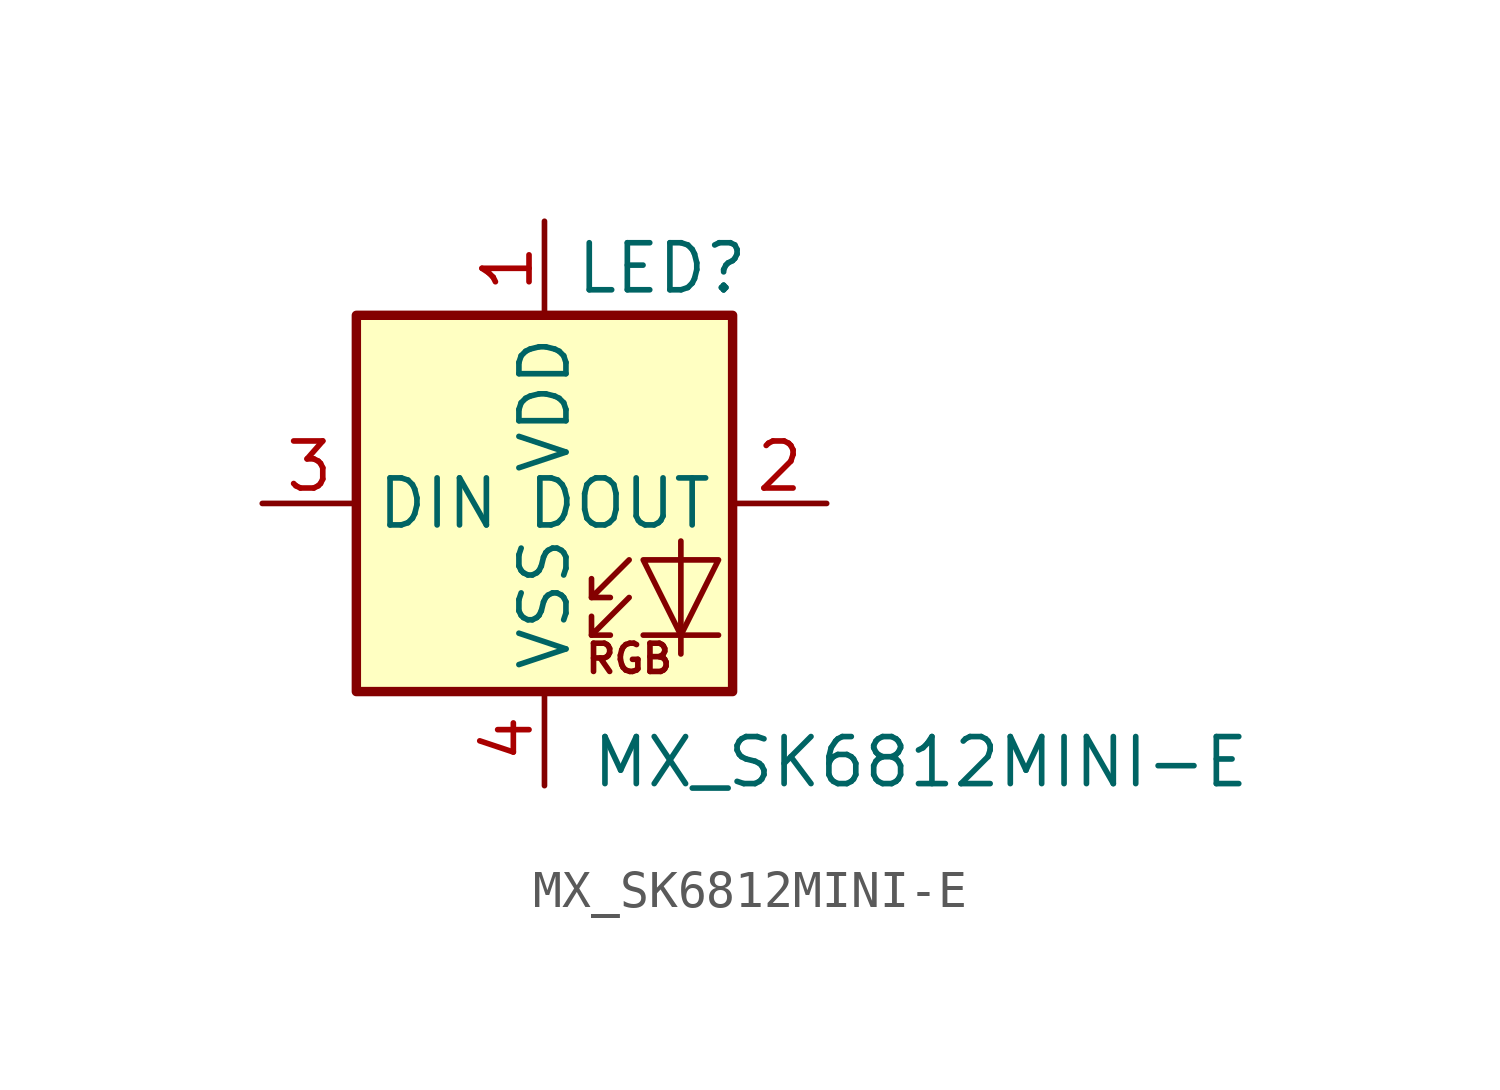
<source format=kicad_sym>
(kicad_symbol_lib
  (version 20220914)
  (generator kicad_symbol_editor)
  (symbol "MX_SK6812MINI-E"
    (property "Reference" "LED"
      (at 3.175 6.35 0)
      (effects (font (size 1.27 1.27))))
    (property "Value" "MX_SK6812MINI-E"
      (at 10.16 -6.985 0)
      (effects (font (size 1.27 1.27))))
    (symbol "MX_SK6812MINI-E_0_0"
      (text "RGB" (at 2.286 -4.191 0) (effects (font (size 0.762 0.762)))))
    (symbol "MX_SK6812MINI-E_0_1"
      (rectangle (start -5.08 5.08) (end 5.08 -5.08) (stroke (width 0.254) (type default)) (fill (type background)))
      (polyline (pts (xy 1.27 -3.556) (xy 1.778 -3.556)) (stroke (width 0) (type default)) (fill (type none)))
      (polyline (pts (xy 1.27 -2.54) (xy 1.778 -2.54)) (stroke (width 0) (type default)) (fill (type none)))
      (polyline (pts (xy 4.699 -3.556) (xy 2.667 -3.556)) (stroke (width 0) (type default)) (fill (type none)))
      (polyline (pts (xy 2.286 -2.54) (xy 1.27 -3.556) (xy 1.27 -3.048)) (stroke (width 0) (type default)) (fill (type none)))
      (polyline (pts (xy 2.286 -1.524) (xy 1.27 -2.54) (xy 1.27 -2.032)) (stroke (width 0) (type default)) (fill (type none)))
      (polyline (pts (xy 3.683 -1.016) (xy 3.683 -3.556) (xy 3.683 -4.064)) (stroke (width 0) (type default)) (fill (type none)))
      (polyline (pts (xy 4.699 -1.524) (xy 2.667 -1.524) (xy 3.683 -3.556) (xy 4.699 -1.524)) (stroke (width 0) (type default)) (fill (type none))))
    (symbol "MX_SK6812MINI-E_1_1"
      (pin power_in line (at 0 7.62 270) (length 2.54) (name "VDD" (effects (font (size 1.27 1.27)))) (number "1" (effects (font (size 1.27 1.27)))))
      (pin output line (at 7.62 0 180) (length 2.54) (name "DOUT" (effects (font (size 1.27 1.27)))) (number "2" (effects (font (size 1.27 1.27)))))
      (pin input line (at -7.62 0 0) (length 2.54) (name "DIN" (effects (font (size 1.27 1.27)))) (number "3" (effects (font (size 1.27 1.27)))))
      (pin power_in line (at 0 -7.62 90) (length 2.54) (name "VSS" (effects (font (size 1.27 1.27)))) (number "4" (effects (font (size 1.27 1.27))))))))
</source>
